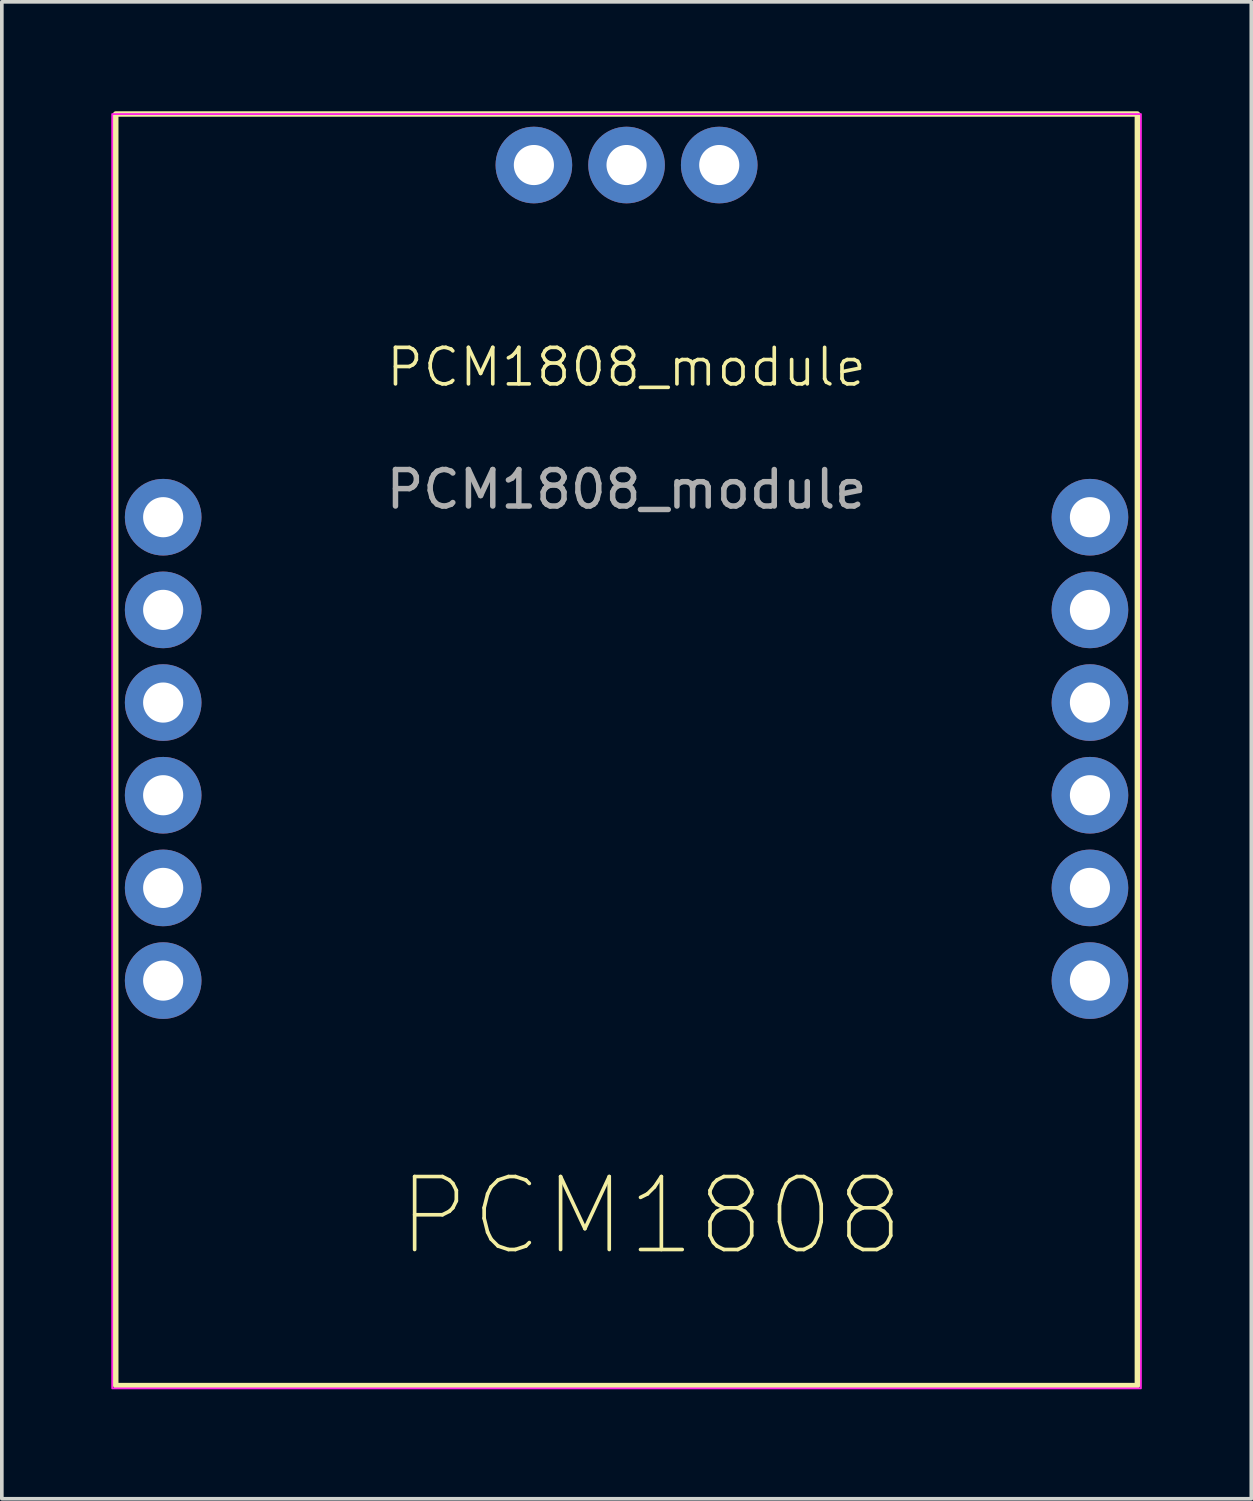
<source format=kicad_pcb>
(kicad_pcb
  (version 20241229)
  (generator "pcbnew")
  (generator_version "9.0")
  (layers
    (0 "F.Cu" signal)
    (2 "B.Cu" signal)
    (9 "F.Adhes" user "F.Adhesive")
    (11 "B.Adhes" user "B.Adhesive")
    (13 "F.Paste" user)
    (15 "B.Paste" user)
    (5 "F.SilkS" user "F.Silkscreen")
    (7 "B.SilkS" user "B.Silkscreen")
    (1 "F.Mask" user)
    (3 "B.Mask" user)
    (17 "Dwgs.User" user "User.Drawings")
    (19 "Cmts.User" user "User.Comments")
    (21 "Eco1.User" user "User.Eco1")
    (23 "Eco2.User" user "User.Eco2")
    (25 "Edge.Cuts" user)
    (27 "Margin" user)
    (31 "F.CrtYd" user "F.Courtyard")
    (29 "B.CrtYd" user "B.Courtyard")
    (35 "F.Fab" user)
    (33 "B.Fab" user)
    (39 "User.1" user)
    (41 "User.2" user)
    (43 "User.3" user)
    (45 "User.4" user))
  (footprint "PCM1808_module"
    (layer "F.Cu")
    (at 14.122 17.475)
    (property "Reference" "PCM1808_module" (at 0 -10.462 0) (unlocked yes) (layer "F.SilkS") (effects (font (size 1 1) (thickness 0.1))))
    (attr through_hole)
    (fp_rect (start -14 -17.4) (end 14 17.45) (stroke (width 0.15) (type default)) (fill no) (layer "F.SilkS"))
    (fp_rect (start -14.097 -17.399) (end 14.097 17.526) (stroke (width 0.05) (type default)) (fill no) (layer "F.CrtYd"))
    (fp_text user "PCM1808" (at -6.35 13.97 0) (unlocked yes) (layer "F.SilkS") (effects (font (size 2 2) (thickness 0.1)) (justify left bottom)))
    (fp_text user "${REFERENCE}" (at 0 -7.112 0) (unlocked yes) (layer "F.Fab") (effects (font (size 1 1) (thickness 0.15))))
    (pad "1" thru_hole circle (at -12.7 -6.35) (size 2.1 2.1) (drill 1.1) (layers "*.Cu" "*.Mask"))
    (pad "2" thru_hole circle (at -12.7 -3.81) (size 2.1 2.1) (drill 1.1) (layers "*.Cu" "*.Mask"))
    (pad "3" thru_hole circle (at -12.7 -1.27) (size 2.1 2.1) (drill 1.1) (layers "*.Cu" "*.Mask"))
    (pad "4" thru_hole circle (at -12.7 1.27) (size 2.1 2.1) (drill 1.1) (layers "*.Cu" "*.Mask"))
    (pad "5" thru_hole circle (at -12.7 3.81) (size 2.1 2.1) (drill 1.1) (layers "*.Cu" "*.Mask"))
    (pad "6" thru_hole circle (at -12.7 6.35) (size 2.1 2.1) (drill 1.1) (layers "*.Cu" "*.Mask"))
    (pad "7" thru_hole circle (at 12.7 6.35) (size 2.1 2.1) (drill 1.1) (layers "*.Cu" "*.Mask"))
    (pad "8" thru_hole circle (at 12.7 3.81) (size 2.1 2.1) (drill 1.1) (layers "*.Cu" "*.Mask"))
    (pad "9" thru_hole circle (at 12.7 1.27) (size 2.1 2.1) (drill 1.1) (layers "*.Cu" "*.Mask"))
    (pad "10" thru_hole circle (at 12.7 -1.27) (size 2.1 2.1) (drill 1.1) (layers "*.Cu" "*.Mask"))
    (pad "11" thru_hole circle (at 12.7 -3.81) (size 2.1 2.1) (drill 1.1) (layers "*.Cu" "*.Mask"))
    (pad "12" thru_hole circle (at 12.7 -6.35) (size 2.1 2.1) (drill 1.1) (layers "*.Cu" "*.Mask"))
    (pad "13" thru_hole circle (at 2.54 -16.002) (size 2.1 2.1) (drill 1.1) (layers "*.Cu" "*.Mask"))
    (pad "14" thru_hole circle (at 0 -16.002) (size 2.1 2.1) (drill 1.1) (layers "*.Cu" "*.Mask"))
    (pad "15" thru_hole circle (at -2.54 -16.002) (size 2.1 2.1) (drill 1.1) (layers "*.Cu" "*.Mask")))
  (gr_rect
    (start -3 -3)
    (end 31.244 38.026)
    (stroke (width 0.1) (type default))
    (fill no)
    (layer "Edge.Cuts")))
</source>
